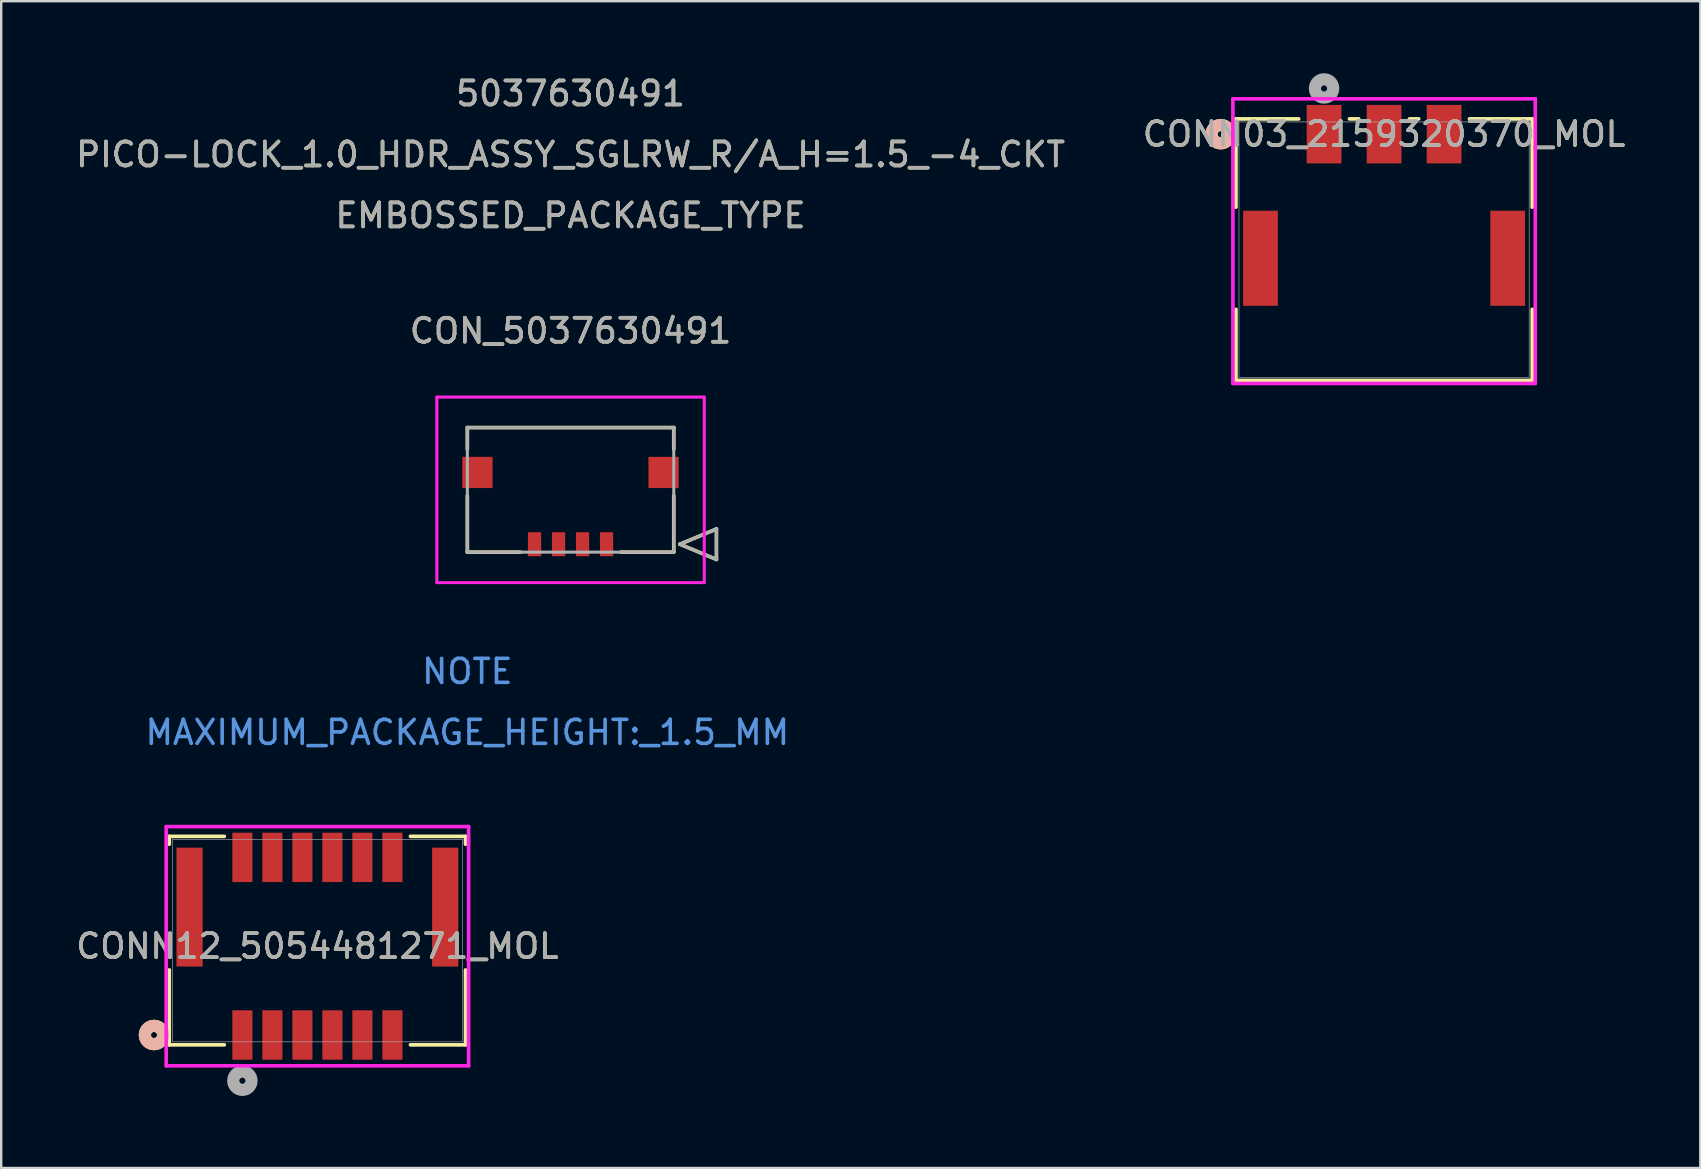
<source format=kicad_pcb>
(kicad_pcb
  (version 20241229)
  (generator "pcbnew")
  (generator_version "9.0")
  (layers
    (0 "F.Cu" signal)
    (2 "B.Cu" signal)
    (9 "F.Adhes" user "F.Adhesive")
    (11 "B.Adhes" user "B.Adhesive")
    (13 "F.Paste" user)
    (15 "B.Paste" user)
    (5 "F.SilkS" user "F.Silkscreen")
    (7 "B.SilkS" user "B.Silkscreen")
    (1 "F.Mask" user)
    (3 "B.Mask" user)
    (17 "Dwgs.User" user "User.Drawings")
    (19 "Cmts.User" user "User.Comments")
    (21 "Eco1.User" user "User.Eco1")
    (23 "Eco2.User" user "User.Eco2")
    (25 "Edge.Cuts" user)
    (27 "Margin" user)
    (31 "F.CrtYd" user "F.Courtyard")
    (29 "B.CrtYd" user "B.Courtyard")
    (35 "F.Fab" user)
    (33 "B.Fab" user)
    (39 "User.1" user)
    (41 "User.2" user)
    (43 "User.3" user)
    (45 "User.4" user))
  (footprint "CONN12_5054481271_MOL"
    (layer "F.Cu")
    (at 10.173 36.137)
    (property "Reference" "CONN12_5054481271_MOL" (at 0 0.233 0) (unlocked yes) (layer "F.SilkS") (effects (font (size 1 1) (thickness 0.15))))
    (attr smd)
    (fp_line (start -6.172 -4.343) (end -6.172 -4.014) (stroke (width 0.152) (type solid)) (layer "F.SilkS"))
    (fp_line (start -6.172 1.222) (end -6.172 4.343) (stroke (width 0.152) (type solid)) (layer "F.SilkS"))
    (fp_line (start -6.172 4.343) (end -3.877 4.343) (stroke (width 0.152) (type solid)) (layer "F.SilkS"))
    (fp_line (start -3.877 -4.343) (end -6.172 -4.343) (stroke (width 0.152) (type solid)) (layer "F.SilkS"))
    (fp_line (start 3.877 4.343) (end 6.172 4.343) (stroke (width 0.152) (type solid)) (layer "F.SilkS"))
    (fp_line (start 6.172 -4.343) (end 3.877 -4.343) (stroke (width 0.152) (type solid)) (layer "F.SilkS"))
    (fp_line (start 6.172 -4.014) (end 6.172 -4.343) (stroke (width 0.152) (type solid)) (layer "F.SilkS"))
    (fp_line (start 6.172 4.343) (end 6.172 1.222) (stroke (width 0.152) (type solid)) (layer "F.SilkS"))
    (fp_circle (center -6.807 3.933) (end -6.426 3.933) (stroke (width 0.508) (type solid)) (fill no) (layer "F.SilkS"))
    (fp_circle (center -6.807 3.933) (end -6.426 3.933) (stroke (width 0.508) (type solid)) (fill no) (layer "B.SilkS"))
    (fp_line (start -6.299 -4.75) (end -6.299 5.216) (stroke (width 0.152) (type solid)) (layer "F.CrtYd"))
    (fp_line (start -6.299 5.216) (end 6.299 5.216) (stroke (width 0.152) (type solid)) (layer "F.CrtYd"))
    (fp_line (start 6.299 -4.75) (end -6.299 -4.75) (stroke (width 0.152) (type solid)) (layer "F.CrtYd"))
    (fp_line (start 6.299 5.216) (end 6.299 -4.75) (stroke (width 0.152) (type solid)) (layer "F.CrtYd"))
    (fp_line (start -6.045 -4.216) (end -6.045 4.216) (stroke (width 0.025) (type solid)) (layer "F.Fab"))
    (fp_line (start -6.045 4.216) (end 6.045 4.216) (stroke (width 0.025) (type solid)) (layer "F.Fab"))
    (fp_line (start 6.045 -4.216) (end -6.045 -4.216) (stroke (width 0.025) (type solid)) (layer "F.Fab"))
    (fp_line (start 6.045 4.216) (end 6.045 -4.216) (stroke (width 0.025) (type solid)) (layer "F.Fab"))
    (fp_circle (center -3.125 5.838) (end -2.744 5.838) (stroke (width 0.508) (type solid)) (fill no) (layer "F.Fab"))
    (fp_text user "${REFERENCE}" (at 0 0.233 0) (unlocked yes) (layer "F.Fab") (effects (font (size 1 1) (thickness 0.15))))
    (pad "1" smd rect (at -3.125 3.933) (size 0.838 2.057) (layers "F.Cu" "F.Mask" "F.Paste"))
    (pad "2" smd rect (at -3.125 -3.467) (size 0.838 2.057) (layers "F.Cu" "F.Mask" "F.Paste"))
    (pad "3" smd rect (at -1.875 3.933) (size 0.838 2.057) (layers "F.Cu" "F.Mask" "F.Paste"))
    (pad "4" smd rect (at -1.875 -3.467) (size 0.838 2.057) (layers "F.Cu" "F.Mask" "F.Paste"))
    (pad "5" smd rect (at -0.625 3.933) (size 0.838 2.057) (layers "F.Cu" "F.Mask" "F.Paste"))
    (pad "6" smd rect (at -0.625 -3.467) (size 0.838 2.057) (layers "F.Cu" "F.Mask" "F.Paste"))
    (pad "7" smd rect (at 0.625 3.933) (size 0.838 2.057) (layers "F.Cu" "F.Mask" "F.Paste"))
    (pad "8" smd rect (at 0.625 -3.467) (size 0.838 2.057) (layers "F.Cu" "F.Mask" "F.Paste"))
    (pad "9" smd rect (at 1.875 3.933) (size 0.838 2.057) (layers "F.Cu" "F.Mask" "F.Paste"))
    (pad "10" smd rect (at 1.875 -3.467) (size 0.838 2.057) (layers "F.Cu" "F.Mask" "F.Paste"))
    (pad "11" smd rect (at 3.125 3.933) (size 0.838 2.057) (layers "F.Cu" "F.Mask" "F.Paste"))
    (pad "12" smd rect (at 3.125 -3.467) (size 0.838 2.057) (layers "F.Cu" "F.Mask" "F.Paste"))
    (pad "13" smd rect (at -5.325 -1.396) (size 1.092 4.953) (layers "F.Cu" "F.Mask" "F.Paste"))
    (pad "14" smd rect (at 5.325 -1.396) (size 1.092 4.953) (layers "F.Cu" "F.Mask" "F.Paste")))
  (footprint "CON_5037630491"
    (layer "F.Cu")
    (at 22.22 19.623)
    (property "Reference" "CON_5037630491" (at -1.5 -8.89 0) (unlocked yes) (layer "F.SilkS") (effects (font (size 1 1) (thickness 0.15))))
    (attr smd)
    (fp_line (start -5.8 -4.86) (end -5.8 -3.96) (stroke (width 0.152) (type solid)) (layer "F.SilkS"))
    (fp_line (start -5.8 -2.02) (end -5.8 0.33) (stroke (width 0.152) (type solid)) (layer "F.SilkS"))
    (fp_line (start -5.8 0.33) (end -3.595 0.33) (stroke (width 0.152) (type solid)) (layer "F.SilkS"))
    (fp_line (start 0.595 0.33) (end 2.8 0.33) (stroke (width 0.152) (type solid)) (layer "F.SilkS"))
    (fp_line (start 2.8 -4.86) (end -5.8 -4.86) (stroke (width 0.152) (type solid)) (layer "F.SilkS"))
    (fp_line (start 2.8 -3.96) (end 2.8 -4.86) (stroke (width 0.152) (type solid)) (layer "F.SilkS"))
    (fp_line (start 2.8 0.33) (end 2.8 -2.02) (stroke (width 0.152) (type solid)) (layer "F.SilkS"))
    (fp_line (start 3.054 0) (end 4.578 -0.635) (stroke (width 0.152) (type solid)) (layer "F.SilkS"))
    (fp_line (start 4.578 -0.635) (end 4.578 0.635) (stroke (width 0.152) (type solid)) (layer "F.SilkS"))
    (fp_line (start 4.578 0.635) (end 3.054 0) (stroke (width 0.152) (type solid)) (layer "F.SilkS"))
    (fp_line (start -7.07 -6.13) (end -7.07 1.6) (stroke (width 0.127) (type solid)) (layer "F.CrtYd"))
    (fp_line (start -7.07 1.6) (end 4.07 1.6) (stroke (width 0.127) (type solid)) (layer "F.CrtYd"))
    (fp_line (start 4.07 -6.13) (end -7.07 -6.13) (stroke (width 0.127) (type solid)) (layer "F.CrtYd"))
    (fp_line (start 4.07 1.6) (end 4.07 -6.13) (stroke (width 0.127) (type solid)) (layer "F.CrtYd"))
    (fp_line (start -5.8 -4.86) (end -5.8 0.33) (stroke (width 0.127) (type solid)) (layer "F.Fab"))
    (fp_line (start -5.8 0.33) (end 2.8 0.33) (stroke (width 0.127) (type solid)) (layer "F.Fab"))
    (fp_line (start 2.8 -4.86) (end -5.8 -4.86) (stroke (width 0.127) (type solid)) (layer "F.Fab"))
    (fp_line (start 2.8 0.33) (end 2.8 -4.86) (stroke (width 0.127) (type solid)) (layer "F.Fab"))
    (fp_line (start 3.054 0) (end 4.578 -0.635) (stroke (width 0.127) (type solid)) (layer "F.Fab"))
    (fp_line (start 4.578 -0.635) (end 4.578 0.635) (stroke (width 0.127) (type solid)) (layer "F.Fab"))
    (fp_line (start 4.578 0.635) (end 3.054 0) (stroke (width 0.127) (type solid)) (layer "F.Fab"))
    (fp_text user "EMBOSSED_PACKAGE_TYPE" (at -1.5 -13.695 0) (unlocked yes) (layer "F.SilkS") (effects (font (size 1 1) (thickness 0.15))))
    (fp_text user "PICO-LOCK_1.0_HDR_ASSY_SGLRW_R/A_H=1.5_-4_CKT" (at -1.5 -16.235 0) (unlocked yes) (layer "F.SilkS") (effects (font (size 1 1) (thickness 0.15))))
    (fp_text user "5037630491" (at -1.5 -18.775 0) (unlocked yes) (layer "F.SilkS") (effects (font (size 1 1) (thickness 0.15))))
    (fp_text user "MAXIMUM_PACKAGE_HEIGHT:_1.5_MM" (at -5.8 7.84 0) (unlocked yes) (layer "Cmts.User") (effects (font (size 1 1) (thickness 0.15))))
    (fp_text user "NOTE" (at -5.8 5.3 0) (unlocked yes) (layer "Cmts.User") (effects (font (size 1 1) (thickness 0.15))))
    (fp_text user "${REFERENCE}" (at -1.5 -8.89 0) (unlocked yes) (layer "F.Fab") (effects (font (size 1 1) (thickness 0.15))))
    (fp_text user "EMBOSSED_PACKAGE_TYPE" (at -1.5 -13.695 0) (unlocked yes) (layer "F.Fab") (effects (font (size 1 1) (thickness 0.15))))
    (fp_text user "PICO-LOCK_1.0_HDR_ASSY_SGLRW_R/A_H=1.5_-4_CKT" (at -1.5 -16.235 0) (unlocked yes) (layer "F.Fab") (effects (font (size 1 1) (thickness 0.15))))
    (fp_text user "5037630491" (at -1.5 -18.775 0) (unlocked yes) (layer "F.Fab") (effects (font (size 1 1) (thickness 0.15))))
    (pad "1" smd rect (at 0 0) (size 0.55 1) (layers "F.Cu" "F.Mask" "F.Paste"))
    (pad "2" smd rect (at -1 0) (size 0.55 1) (layers "F.Cu" "F.Mask" "F.Paste"))
    (pad "3" smd rect (at -2 0) (size 0.55 1) (layers "F.Cu" "F.Mask" "F.Paste"))
    (pad "4" smd rect (at -3 0) (size 0.55 1) (layers "F.Cu" "F.Mask" "F.Paste"))
    (pad "5" smd rect (at 2.375 -2.99) (size 1.26 1.3) (layers "F.Cu" "F.Mask" "F.Paste"))
    (pad "6" smd rect (at -5.38 -2.99) (size 1.26 1.3) (layers "F.Cu" "F.Mask" "F.Paste")))
  (footprint "CONN03_2159320370_MOL"
    (layer "F.Cu")
    (at 54.613 7.351)
    (property "Reference" "CONN03_2159320370_MOL" (at 0 -4.811 0) (unlocked yes) (layer "F.SilkS") (effects (font (size 1 1) (thickness 0.15))))
    (attr smd)
    (fp_line (start -6.172 -5.448) (end -6.172 -1.77) (stroke (width 0.152) (type solid)) (layer "F.SilkS"))
    (fp_line (start -6.172 2.487) (end -6.172 5.448) (stroke (width 0.152) (type solid)) (layer "F.SilkS"))
    (fp_line (start -6.172 5.448) (end 6.172 5.448) (stroke (width 0.152) (type solid)) (layer "F.SilkS"))
    (fp_line (start -3.557 -5.448) (end -6.172 -5.448) (stroke (width 0.152) (type solid)) (layer "F.SilkS"))
    (fp_line (start -1.057 -5.448) (end -1.443 -5.448) (stroke (width 0.152) (type solid)) (layer "F.SilkS"))
    (fp_line (start 1.443 -5.448) (end 1.057 -5.448) (stroke (width 0.152) (type solid)) (layer "F.SilkS"))
    (fp_line (start 6.172 -5.448) (end 3.557 -5.448) (stroke (width 0.152) (type solid)) (layer "F.SilkS"))
    (fp_line (start 6.172 -1.77) (end 6.172 -5.448) (stroke (width 0.152) (type solid)) (layer "F.SilkS"))
    (fp_line (start 6.172 5.448) (end 6.172 2.487) (stroke (width 0.152) (type solid)) (layer "F.SilkS"))
    (fp_circle (center -6.807 -4.811) (end -6.426 -4.811) (stroke (width 0.508) (type solid)) (fill no) (layer "F.SilkS"))
    (fp_circle (center -6.807 -4.811) (end -6.426 -4.811) (stroke (width 0.508) (type solid)) (fill no) (layer "B.SilkS"))
    (fp_line (start -6.299 -6.285) (end -6.299 5.575) (stroke (width 0.152) (type solid)) (layer "F.CrtYd"))
    (fp_line (start -6.299 5.575) (end 6.299 5.575) (stroke (width 0.152) (type solid)) (layer "F.CrtYd"))
    (fp_line (start 6.299 -6.285) (end -6.299 -6.285) (stroke (width 0.152) (type solid)) (layer "F.CrtYd"))
    (fp_line (start 6.299 5.575) (end 6.299 -6.285) (stroke (width 0.152) (type solid)) (layer "F.CrtYd"))
    (fp_line (start -6.045 -5.321) (end -6.045 5.321) (stroke (width 0.025) (type solid)) (layer "F.Fab"))
    (fp_line (start -6.045 5.321) (end 6.045 5.321) (stroke (width 0.025) (type solid)) (layer "F.Fab"))
    (fp_line (start 6.045 -5.321) (end -6.045 -5.321) (stroke (width 0.025) (type solid)) (layer "F.Fab"))
    (fp_line (start 6.045 5.321) (end 6.045 -5.321) (stroke (width 0.025) (type solid)) (layer "F.Fab"))
    (fp_circle (center -2.5 -6.716) (end -2.119 -6.716) (stroke (width 0.508) (type solid)) (fill no) (layer "F.Fab"))
    (fp_text user "${REFERENCE}" (at 0 -4.811 0) (unlocked yes) (layer "F.Fab") (effects (font (size 1 1) (thickness 0.15))))
    (pad "1" smd rect (at -2.5 -4.811) (size 1.448 2.438) (layers "F.Cu" "F.Mask" "F.Paste"))
    (pad "2" smd rect (at 0 -4.811) (size 1.448 2.438) (layers "F.Cu" "F.Mask" "F.Paste"))
    (pad "3" smd rect (at 2.5 -4.811) (size 1.448 2.438) (layers "F.Cu" "F.Mask" "F.Paste"))
    (pad "4" smd rect (at -5.15 0.359) (size 1.448 3.962) (layers "F.Cu" "F.Mask" "F.Paste"))
    (pad "5" smd rect (at 5.15 0.359) (size 1.448 3.962) (layers "F.Cu" "F.Mask" "F.Paste")))
  (gr_rect
    (start -3 -3)
    (end 67.786 45.61)
    (stroke (width 0.1) (type default))
    (fill no)
    (layer "Edge.Cuts")))
</source>
